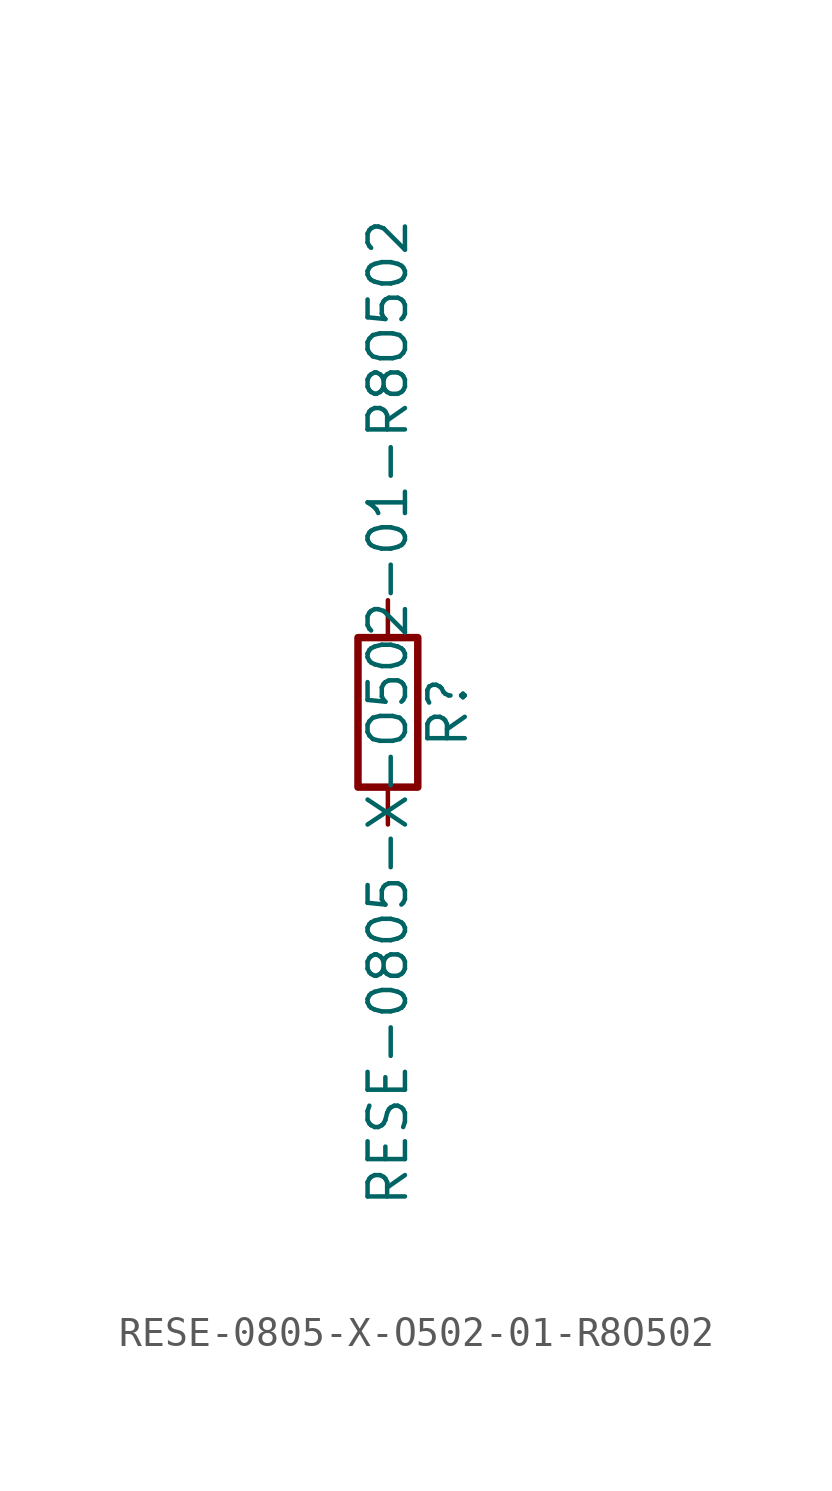
<source format=kicad_sym>
(kicad_symbol_lib
  (version 20211014)
  (generator kicad_symbol_editor)
  (symbol "RESE-0805-X-O502-01-R8O502"
    (pin_numbers hide)
    (pin_names
      (offset 0))
    (property "Reference" "R"
      (at 2.032 0 90)
      (effects (font (size 1.27 1.27))))
    (property "Value" "RESE-0805-X-O502-01-R8O502"
      (at 0 0 90)
      (effects (font (size 1.27 1.27))))
    (symbol "RESE-0805-X-O502-01-R8O502_0_1"
      (rectangle (start -1.016 -2.54) (end 1.016 2.54) (stroke (width 0.254) (type default) (color 0 0 0 0)) (fill (type none))))
    (symbol "RESE-0805-X-O502-01-R8O502_1_1"
      (pin passive line (at 0 3.81 270) (length 1.27) (name "~" (effects (font (size 1.27 1.27)))) (number "1" (effects (font (size 1.27 1.27)))))
      (pin passive line (at 0 -3.81 90) (length 1.27) (name "~" (effects (font (size 1.27 1.27)))) (number "2" (effects (font (size 1.27 1.27))))))))
</source>
